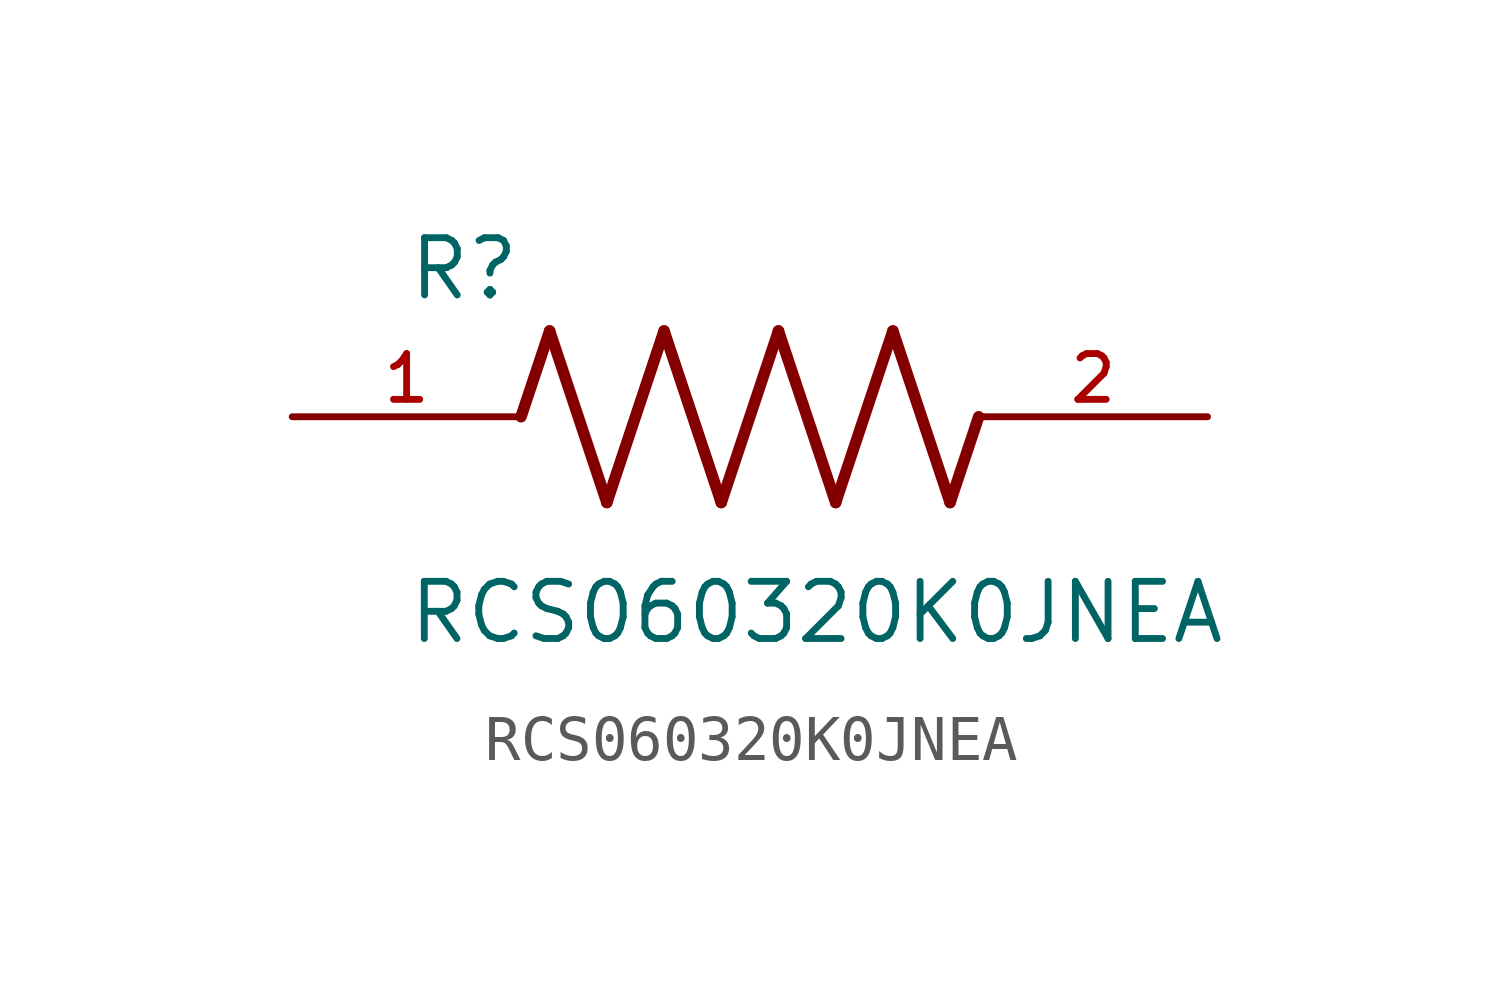
<source format=kicad_sym>
(kicad_symbol_lib
  (version 20211014)
  (generator kicad_symbol_editor)
  (symbol "RCS060320K0JNEA"
    (pin_names
      (offset 1.016))
    (property "Reference" "R"
      (at -7.624 2.541 0)
      (effects (font (size 1.27 1.27)) (justify bottom left)))
    (property "Value" "RCS060320K0JNEA"
      (at -7.63 -5.087 0)
      (effects (font (size 1.27 1.27)) (justify bottom left)))
    (symbol "RCS060320K0JNEA_0_0"
      (polyline (pts (xy -5.08 0.0) (xy -4.445 1.905)) (stroke (width 0.254)))
      (polyline (pts (xy -4.445 1.905) (xy -3.175 -1.905)) (stroke (width 0.254)))
      (polyline (pts (xy -3.175 -1.905) (xy -1.905 1.905)) (stroke (width 0.254)))
      (polyline (pts (xy -1.905 1.905) (xy -0.635 -1.905)) (stroke (width 0.254)))
      (polyline (pts (xy -0.635 -1.905) (xy 0.635 1.905)) (stroke (width 0.254)))
      (polyline (pts (xy 0.635 1.905) (xy 1.905 -1.905)) (stroke (width 0.254)))
      (polyline (pts (xy 1.905 -1.905) (xy 3.175 1.905)) (stroke (width 0.254)))
      (polyline (pts (xy 3.175 1.905) (xy 4.445 -1.905)) (stroke (width 0.254)))
      (polyline (pts (xy 4.445 -1.905) (xy 5.08 0.0)) (stroke (width 0.254)))
      (pin passive line (at -10.16 0.0 0) (length 5.08) (name "~" (effects (font (size 1.016 1.016)))) (number "1" (effects (font (size 1.016 1.016)))))
      (pin passive line (at 10.16 0.0 180.0) (length 5.08) (name "~" (effects (font (size 1.016 1.016)))) (number "2" (effects (font (size 1.016 1.016))))))))
</source>
